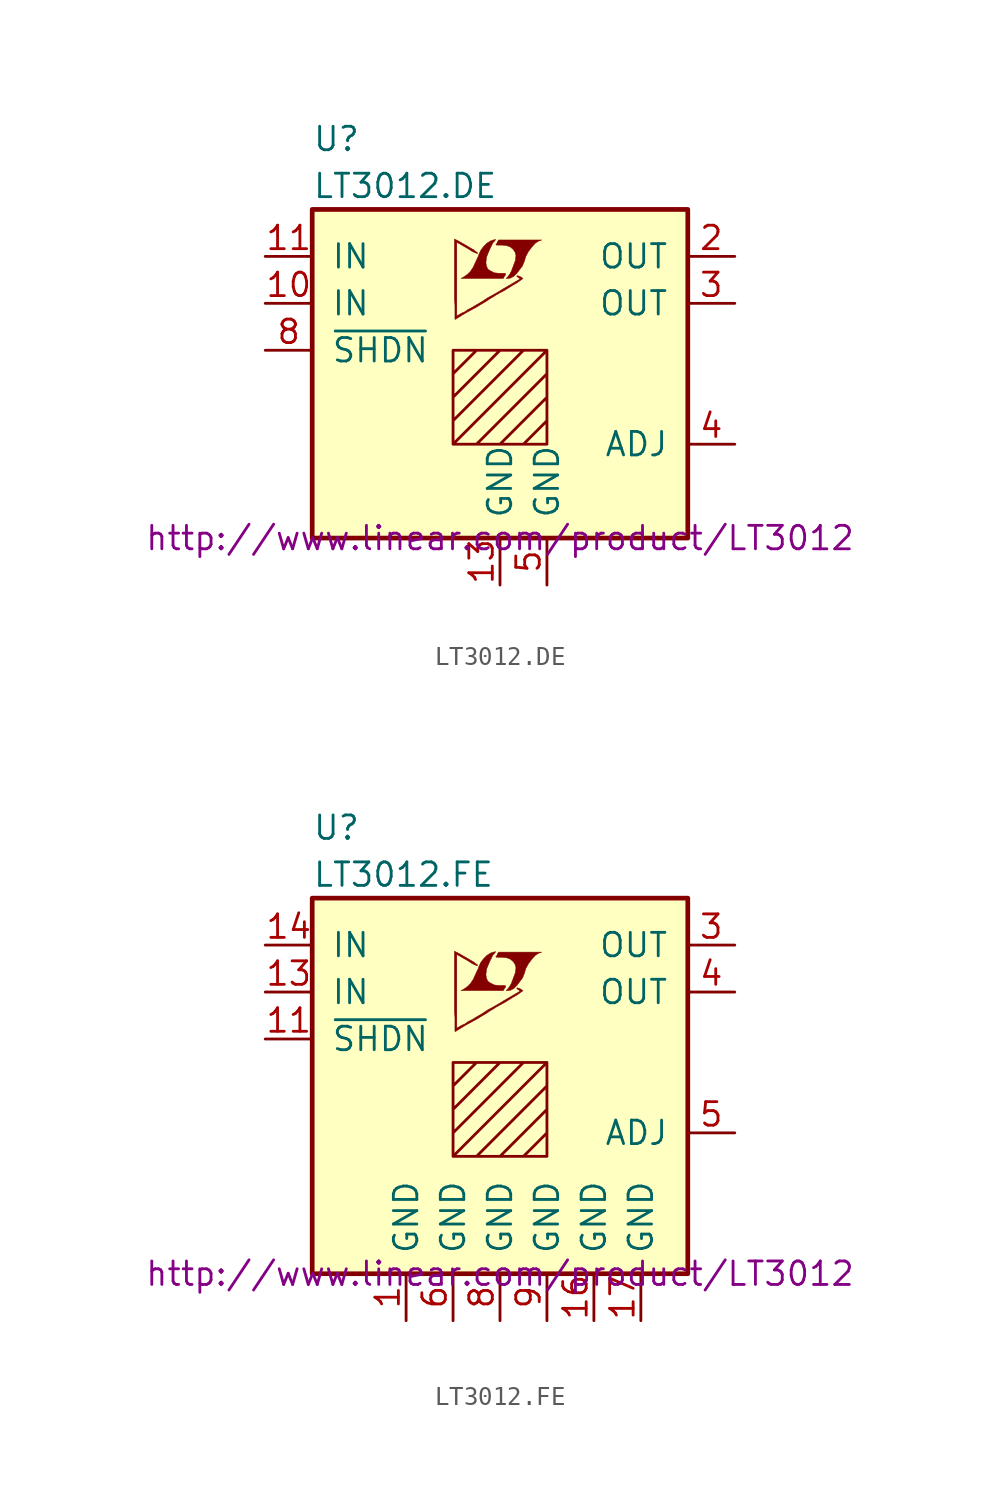
<source format=kicad_sym>
(kicad_symbol_lib
  (version 20201005)
  (generator kicad_symbol_editor)
  (symbol "LT3012.DE"
    (pin_names
      (offset 1.016))
    (property "Reference" "U"
      (at -10.16 13.97 0)
      (effects (font (size 1.27 1.27)) (justify left)))
    (property "Value" "LT3012.DE"
      (at -10.16 11.43 0)
      (effects (font (size 1.27 1.27)) (justify left)))
    (property "Datasheet" "http://www.linear.com/product/LT3012"
      (at 0 -7.62 0)
      (effects (font (size 1.27 1.27))))
    (symbol "LT3012.DE_0_0"
      (polyline (pts (xy 0.584 6.452) (xy 0.762 6.553) (xy 0.914 6.706) (xy 1.219 7.112) (xy 1.321 7.366) (xy 1.397 7.62) (xy 1.549 7.899) (xy 1.727 8.128) (xy 1.905 8.331) (xy 2.108 8.458) (xy 2.261 8.509) (xy -0.076 8.509) (xy -0.152 8.382) (xy -0.152 8.357) (xy -0.203 8.28) (xy -0.229 8.255) (xy -0.178 8.23) (xy 0.102 8.23) (xy 0.356 8.204) (xy 0.559 8.128) (xy 0.711 8.001) (xy 0.813 7.849) (xy 0.864 7.671) (xy 0.838 7.442) (xy 0.838 7.417) (xy 0.61 6.807) (xy 0.508 6.629) (xy 0.406 6.502) (xy 0.33 6.426) (xy 0.432 6.426) (xy 0.584 6.452)) (stroke (width 0.025)) (fill (type outline)))
      (polyline (pts (xy 0.229 6.528) (xy 0.254 6.553) (xy 0.305 6.629) (xy 0.305 6.68) (xy 0.254 6.706) (xy -0.051 6.706) (xy -0.305 6.731) (xy -0.508 6.833) (xy -0.66 6.934) (xy -0.737 7.112) (xy -0.762 7.29) (xy -0.737 7.518) (xy -0.737 7.544) (xy -0.686 7.696) (xy -0.533 8.052) (xy -0.381 8.357) (xy -0.305 8.433) (xy -0.229 8.534) (xy -0.356 8.509) (xy -0.508 8.458) (xy -0.711 8.331) (xy -0.889 8.153) (xy -1.041 7.95) (xy -1.168 7.671) (xy -1.168 7.645) (xy -1.321 7.315) (xy -1.448 7.036) (xy -1.6 6.807) (xy -1.753 6.655) (xy -1.93 6.528) (xy -2.108 6.426) (xy 0.178 6.426) (xy 0.229 6.528)) (stroke (width 0.025)) (fill (type outline)))
      (polyline (pts (xy -2.362 4.242) (xy -2.286 4.293) (xy -2.159 4.369) (xy -2.083 4.42) (xy -1.829 4.572) (xy -1.27 4.877) (xy -0.762 5.182) (xy -0.533 5.334) (xy -0.356 5.436) (xy -0.203 5.537) (xy -0.102 5.588) (xy -0.025 5.639) (xy 0.127 5.715) (xy 0.305 5.817) (xy 0.711 6.071) (xy 0.889 6.172) (xy 1.041 6.274) (xy 1.143 6.35) (xy 1.219 6.401) (xy 1.245 6.426) (xy 1.092 6.528) (xy 0.94 6.579) (xy 0.914 6.553) (xy 0.914 6.528) (xy 0.991 6.477) (xy 1.092 6.401) (xy 0.178 5.867) (xy -0.025 5.74) (xy -0.33 5.563) (xy -0.66 5.385) (xy -0.965 5.182) (xy -1.27 5.004) (xy -1.524 4.851) (xy -1.727 4.75) (xy -1.905 4.623) (xy -2.083 4.547) (xy -2.21 4.47) (xy -2.311 4.42) (xy -2.337 4.394) (xy -2.337 8.382) (xy -1.803 8.077) (xy -1.676 8.001) (xy -1.524 7.899) (xy -1.372 7.823) (xy -1.295 7.798) (xy -1.245 7.772) (xy -1.219 7.772) (xy -1.219 7.823) (xy -1.295 7.874) (xy -1.422 7.976) (xy -1.6 8.077) (xy -1.727 8.153) (xy -2.083 8.357) (xy -2.21 8.433) (xy -2.464 8.56) (xy -2.464 5.283) (xy -2.438 4.978) (xy -2.438 4.216) (xy -2.413 4.216) (xy -2.362 4.242)) (stroke (width 0.025)) (fill (type outline))))
    (symbol "LT3012.DE_0_1"
      (rectangle (start -10.16 10.16) (end 10.16 -7.62) (stroke (width 0.254)) (fill (type background)))
      (polyline (pts (xy -2.54 1.27) (xy -1.27 2.54) (xy 0 2.54) (xy -2.54 0) (xy -2.54 -1.27) (xy 1.27 2.54) (xy 2.54 2.54) (xy -2.54 -2.54) (xy -1.27 -2.54) (xy 2.54 1.27) (xy 2.54 0) (xy 0 -2.54) (xy 1.27 -2.54) (xy 2.54 -1.27) (xy 2.54 -2.54) (xy -2.54 -2.54) (xy -2.54 2.54) (xy 2.54 2.54) (xy 2.54 -2.54)) (stroke (width 0)) (fill (type none))))
    (symbol "LT3012.DE_1_1"
      (pin unconnected line (at 12.7 2.54 180) (length 2.54) hide (name "NC" (effects (font (size 1.27 1.27)))) (number "1" (effects (font (size 1.27 1.27)))))
      (pin power_in line (at -12.7 5.08 0) (length 2.54) (name "IN" (effects (font (size 1.27 1.27)))) (number "10" (effects (font (size 1.27 1.27)))))
      (pin power_in line (at -12.7 7.62 0) (length 2.54) (name "IN" (effects (font (size 1.27 1.27)))) (number "11" (effects (font (size 1.27 1.27)))))
      (pin unconnected line (at 12.7 -5.08 180) (length 2.54) hide (name "NC" (effects (font (size 1.27 1.27)))) (number "12" (effects (font (size 1.27 1.27)))))
      (pin power_in line (at 0 -10.16 90) (length 2.54) (name "GND" (effects (font (size 1.27 1.27)))) (number "13" (effects (font (size 1.27 1.27)))))
      (pin power_out line (at 12.7 7.62 180) (length 2.54) (name "OUT" (effects (font (size 1.27 1.27)))) (number "2" (effects (font (size 1.27 1.27)))))
      (pin power_out line (at 12.7 5.08 180) (length 2.54) (name "OUT" (effects (font (size 1.27 1.27)))) (number "3" (effects (font (size 1.27 1.27)))))
      (pin passive line (at 12.7 -2.54 180) (length 2.54) (name "ADJ" (effects (font (size 1.27 1.27)))) (number "4" (effects (font (size 1.27 1.27)))))
      (pin power_in line (at 2.54 -10.16 90) (length 2.54) (name "GND" (effects (font (size 1.27 1.27)))) (number "5" (effects (font (size 1.27 1.27)))))
      (pin unconnected line (at -12.7 -2.54 0) (length 2.54) hide (name "NC" (effects (font (size 1.27 1.27)))) (number "6" (effects (font (size 1.27 1.27)))))
      (pin unconnected line (at -12.7 -5.08 0) (length 2.54) hide (name "NC" (effects (font (size 1.27 1.27)))) (number "7" (effects (font (size 1.27 1.27)))))
      (pin input line (at -12.7 2.54 0) (length 2.54) (name "~SHDN~" (effects (font (size 1.27 1.27)))) (number "8" (effects (font (size 1.27 1.27)))))
      (pin unconnected line (at 12.7 0 180) (length 2.54) hide (name "NC" (effects (font (size 1.27 1.27)))) (number "9" (effects (font (size 1.27 1.27)))))))
  (symbol "LT3012.FE"
    (pin_names
      (offset 1.016))
    (property "Reference" "U"
      (at -10.16 13.97 0)
      (effects (font (size 1.27 1.27)) (justify left)))
    (property "Value" "LT3012.FE"
      (at -10.16 11.43 0)
      (effects (font (size 1.27 1.27)) (justify left)))
    (property "Datasheet" "http://www.linear.com/product/LT3012"
      (at 0 -10.16 0)
      (effects (font (size 1.27 1.27))))
    (symbol "LT3012.FE_0_0"
      (polyline (pts (xy 0.584 5.182) (xy 0.762 5.283) (xy 0.914 5.436) (xy 1.219 5.842) (xy 1.321 6.096) (xy 1.397 6.35) (xy 1.549 6.629) (xy 1.727 6.858) (xy 1.905 7.061) (xy 2.108 7.188) (xy 2.261 7.239) (xy -0.076 7.239) (xy -0.152 7.112) (xy -0.152 7.087) (xy -0.203 7.01) (xy -0.229 6.985) (xy -0.178 6.96) (xy 0.102 6.96) (xy 0.356 6.934) (xy 0.559 6.858) (xy 0.711 6.731) (xy 0.813 6.579) (xy 0.864 6.401) (xy 0.838 6.172) (xy 0.838 6.147) (xy 0.61 5.537) (xy 0.508 5.359) (xy 0.406 5.232) (xy 0.33 5.156) (xy 0.432 5.156) (xy 0.584 5.182)) (stroke (width 0.025)) (fill (type outline)))
      (polyline (pts (xy 0.229 5.258) (xy 0.254 5.283) (xy 0.305 5.359) (xy 0.305 5.41) (xy 0.254 5.436) (xy -0.051 5.436) (xy -0.305 5.461) (xy -0.508 5.563) (xy -0.66 5.664) (xy -0.737 5.842) (xy -0.762 6.02) (xy -0.737 6.248) (xy -0.737 6.274) (xy -0.686 6.426) (xy -0.533 6.782) (xy -0.381 7.087) (xy -0.305 7.163) (xy -0.229 7.264) (xy -0.356 7.239) (xy -0.508 7.188) (xy -0.711 7.061) (xy -0.889 6.883) (xy -1.041 6.68) (xy -1.168 6.401) (xy -1.168 6.375) (xy -1.321 6.045) (xy -1.448 5.766) (xy -1.6 5.537) (xy -1.753 5.385) (xy -1.93 5.258) (xy -2.108 5.156) (xy 0.178 5.156) (xy 0.229 5.258)) (stroke (width 0.025)) (fill (type outline)))
      (polyline (pts (xy -2.362 2.972) (xy -2.286 3.023) (xy -2.159 3.099) (xy -2.083 3.15) (xy -1.829 3.302) (xy -1.27 3.607) (xy -0.762 3.912) (xy -0.533 4.064) (xy -0.356 4.166) (xy -0.203 4.267) (xy -0.102 4.318) (xy -0.025 4.369) (xy 0.127 4.445) (xy 0.305 4.547) (xy 0.711 4.801) (xy 0.889 4.902) (xy 1.041 5.004) (xy 1.143 5.08) (xy 1.219 5.131) (xy 1.245 5.156) (xy 1.092 5.258) (xy 0.94 5.309) (xy 0.914 5.283) (xy 0.914 5.258) (xy 0.991 5.207) (xy 1.092 5.131) (xy 0.178 4.597) (xy -0.025 4.47) (xy -0.33 4.293) (xy -0.66 4.115) (xy -0.965 3.912) (xy -1.27 3.734) (xy -1.524 3.581) (xy -1.727 3.48) (xy -1.905 3.353) (xy -2.083 3.277) (xy -2.21 3.2) (xy -2.311 3.15) (xy -2.337 3.124) (xy -2.337 7.112) (xy -1.803 6.807) (xy -1.676 6.731) (xy -1.524 6.629) (xy -1.372 6.553) (xy -1.295 6.528) (xy -1.245 6.502) (xy -1.219 6.502) (xy -1.219 6.553) (xy -1.295 6.604) (xy -1.422 6.706) (xy -1.6 6.807) (xy -1.727 6.883) (xy -2.083 7.087) (xy -2.21 7.163) (xy -2.464 7.29) (xy -2.464 4.013) (xy -2.438 3.708) (xy -2.438 2.946) (xy -2.413 2.946) (xy -2.362 2.972)) (stroke (width 0.025)) (fill (type outline))))
    (symbol "LT3012.FE_0_1"
      (rectangle (start -10.16 10.16) (end 10.16 -10.16) (stroke (width 0.254)) (fill (type background)))
      (polyline (pts (xy -2.54 0) (xy -1.27 1.27) (xy 0 1.27) (xy -2.54 -1.27) (xy -2.54 -2.54) (xy 1.27 1.27) (xy 2.54 1.27) (xy -2.54 -3.81) (xy -1.27 -3.81) (xy 2.54 0) (xy 2.54 -1.27) (xy 0 -3.81) (xy 1.27 -3.81) (xy 2.54 -2.54) (xy 2.54 -3.81) (xy -2.54 -3.81) (xy -2.54 1.27) (xy 2.54 1.27) (xy 2.54 -3.81)) (stroke (width 0)) (fill (type none))))
    (symbol "LT3012.FE_1_1"
      (pin power_in line (at -5.08 -12.7 90) (length 2.54) (name "GND" (effects (font (size 1.27 1.27)))) (number "1" (effects (font (size 1.27 1.27)))))
      (pin unconnected line (at -12.7 -5.08 0) (length 2.54) hide (name "NC" (effects (font (size 1.27 1.27)))) (number "10" (effects (font (size 1.27 1.27)))))
      (pin input line (at -12.7 2.54 0) (length 2.54) (name "~SHDN~" (effects (font (size 1.27 1.27)))) (number "11" (effects (font (size 1.27 1.27)))))
      (pin unconnected line (at 12.7 -5.08 180) (length 2.54) hide (name "NC" (effects (font (size 1.27 1.27)))) (number "12" (effects (font (size 1.27 1.27)))))
      (pin power_in line (at -12.7 5.08 0) (length 2.54) (name "IN" (effects (font (size 1.27 1.27)))) (number "13" (effects (font (size 1.27 1.27)))))
      (pin power_in line (at -12.7 7.62 0) (length 2.54) (name "IN" (effects (font (size 1.27 1.27)))) (number "14" (effects (font (size 1.27 1.27)))))
      (pin unconnected line (at 12.7 0 180) (length 2.54) hide (name "NC" (effects (font (size 1.27 1.27)))) (number "15" (effects (font (size 1.27 1.27)))))
      (pin power_in line (at 5.08 -12.7 90) (length 2.54) (name "GND" (effects (font (size 1.27 1.27)))) (number "16" (effects (font (size 1.27 1.27)))))
      (pin power_in line (at 7.62 -12.7 90) (length 2.54) (name "GND" (effects (font (size 1.27 1.27)))) (number "17" (effects (font (size 1.27 1.27)))))
      (pin unconnected line (at 12.7 2.54 180) (length 2.54) hide (name "NC" (effects (font (size 1.27 1.27)))) (number "2" (effects (font (size 1.27 1.27)))))
      (pin power_out line (at 12.7 7.62 180) (length 2.54) (name "OUT" (effects (font (size 1.27 1.27)))) (number "3" (effects (font (size 1.27 1.27)))))
      (pin power_out line (at 12.7 5.08 180) (length 2.54) (name "OUT" (effects (font (size 1.27 1.27)))) (number "4" (effects (font (size 1.27 1.27)))))
      (pin passive line (at 12.7 -2.54 180) (length 2.54) (name "ADJ" (effects (font (size 1.27 1.27)))) (number "5" (effects (font (size 1.27 1.27)))))
      (pin power_in line (at -2.54 -12.7 90) (length 2.54) (name "GND" (effects (font (size 1.27 1.27)))) (number "6" (effects (font (size 1.27 1.27)))))
      (pin unconnected line (at -12.7 -2.54 0) (length 2.54) hide (name "NC" (effects (font (size 1.27 1.27)))) (number "7" (effects (font (size 1.27 1.27)))))
      (pin power_in line (at 0 -12.7 90) (length 2.54) (name "GND" (effects (font (size 1.27 1.27)))) (number "8" (effects (font (size 1.27 1.27)))))
      (pin power_in line (at 2.54 -12.7 90) (length 2.54) (name "GND" (effects (font (size 1.27 1.27)))) (number "9" (effects (font (size 1.27 1.27))))))))
</source>
